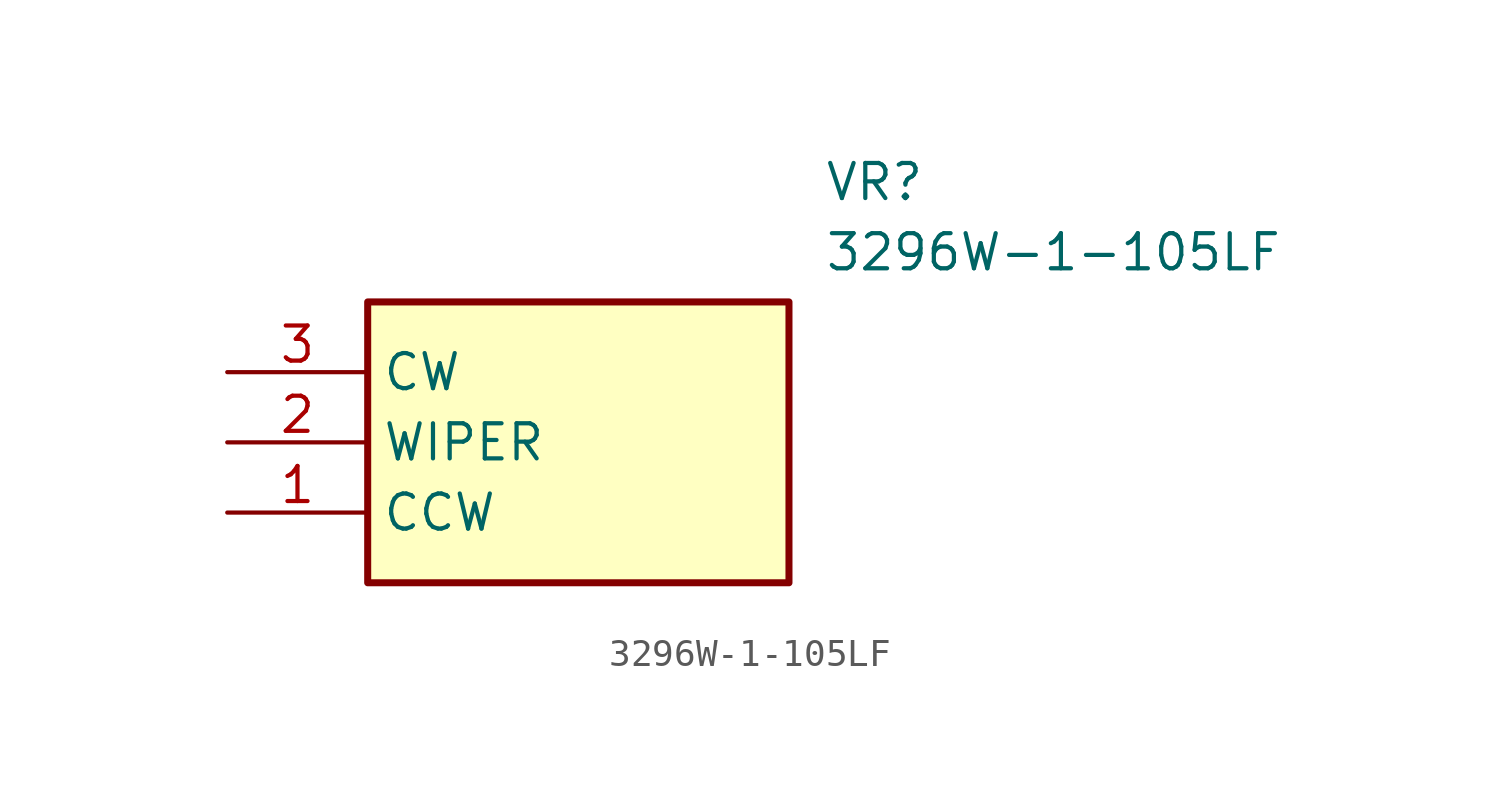
<source format=kicad_sym>
(kicad_symbol_lib
  (version 20211014)
  (generator SamacSys_ECAD_Model)
  (symbol "3296W-1-105LF"
    (property "Reference" "VR"
      (at 21.59 7.62 0)
      (effects (font (size 1.27 1.27)) (justify left top)))
    (property "Value" "3296W-1-105LF"
      (at 21.59 5.08 0)
      (effects (font (size 1.27 1.27)) (justify left top)))
    (rectangle
      (start 5.08 2.54)
      (end 20.32 -7.62)
      (stroke (width 0.254) (type default))
      (fill (type background)))
    (pin passive line
      (at 0 -5.08 0)
      (length 5.08)
      (name "CCW" (effects (font (size 1.27 1.27))))
      (number "1" (effects (font (size 1.27 1.27)))))
    (pin passive line
      (at 0 -2.54 0)
      (length 5.08)
      (name "WIPER" (effects (font (size 1.27 1.27))))
      (number "2" (effects (font (size 1.27 1.27)))))
    (pin passive line
      (at 0 0 0)
      (length 5.08)
      (name "CW" (effects (font (size 1.27 1.27))))
      (number "3" (effects (font (size 1.27 1.27)))))))
</source>
